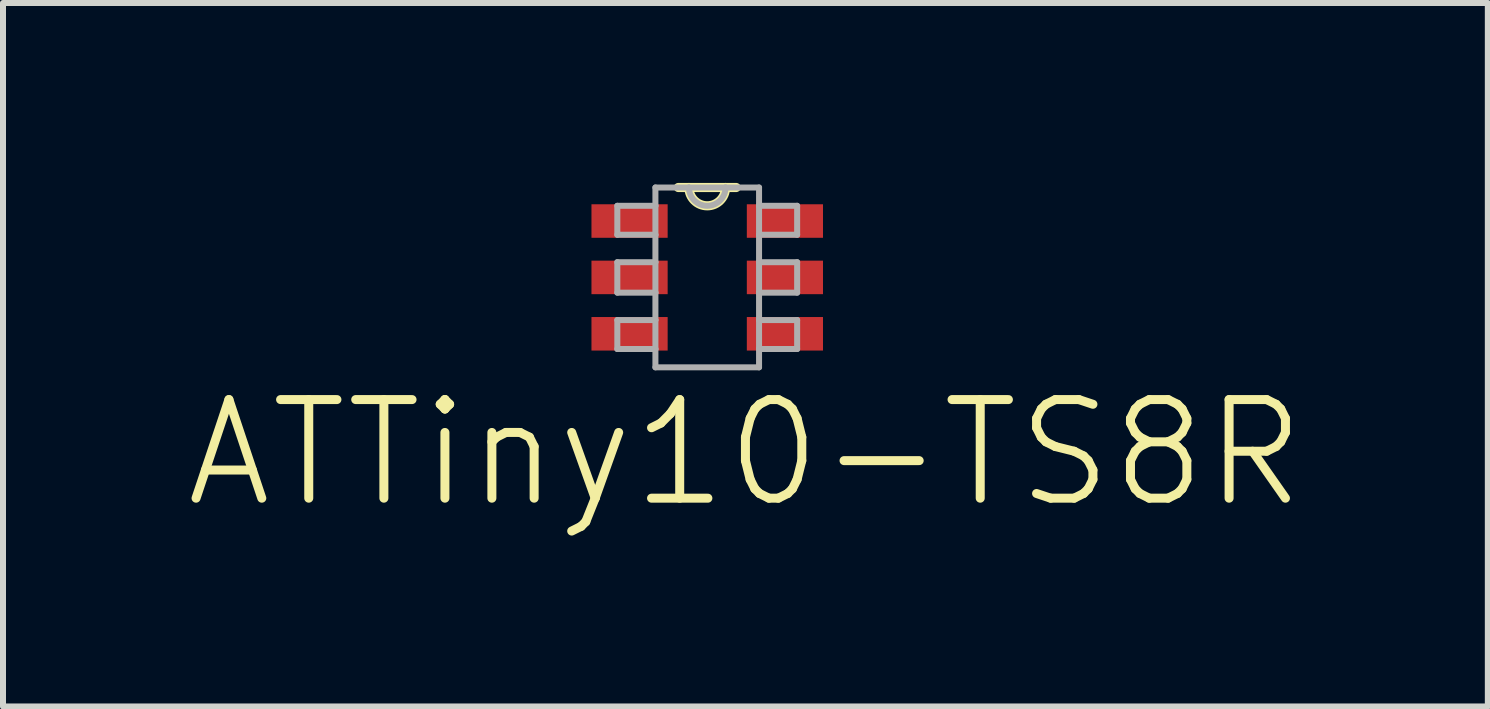
<source format=kicad_pcb>
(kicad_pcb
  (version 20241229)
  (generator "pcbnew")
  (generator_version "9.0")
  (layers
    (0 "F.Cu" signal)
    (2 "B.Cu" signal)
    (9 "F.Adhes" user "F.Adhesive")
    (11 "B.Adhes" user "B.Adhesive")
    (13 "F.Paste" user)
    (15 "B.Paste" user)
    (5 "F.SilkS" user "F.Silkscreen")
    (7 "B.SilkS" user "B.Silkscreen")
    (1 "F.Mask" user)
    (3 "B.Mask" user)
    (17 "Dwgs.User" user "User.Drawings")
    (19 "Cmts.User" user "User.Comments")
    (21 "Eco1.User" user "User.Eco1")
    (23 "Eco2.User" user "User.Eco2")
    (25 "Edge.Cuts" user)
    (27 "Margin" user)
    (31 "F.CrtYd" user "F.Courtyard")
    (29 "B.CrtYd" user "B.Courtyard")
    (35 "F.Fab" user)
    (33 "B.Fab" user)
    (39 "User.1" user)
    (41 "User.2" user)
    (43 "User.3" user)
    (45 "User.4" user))
  (footprint "ATTiny10-TS8R"
    (layer "F.Cu")
    (at 8.741 1.575)
    (property "Reference" "ATTiny10-TS8R" (at 0.637 2.928 0) (layer "F.SilkS") (effects (font (size 1.644 1.644) (thickness 0.15))))
    (attr through_hole)
    (fp_line (start -0.305 -1.499) (end -0.483 -1.499) (stroke (width 0.152) (type solid)) (layer "F.SilkS"))
    (fp_line (start 0.305 -1.499) (end -0.305 -1.499) (stroke (width 0.152) (type solid)) (layer "F.SilkS"))
    (fp_line (start 0.483 -1.499) (end 0.305 -1.499) (stroke (width 0.152) (type solid)) (layer "F.SilkS"))
    (fp_arc (start 0.3048 -1.4986) (mid 0 -1.1938) (end -0.3048 -1.4986) (stroke (width 0.1524) (type solid)) (layer "F.SilkS"))
    (fp_line (start -1.499 -1.194) (end -1.499 -0.711) (stroke (width 0.1) (type solid)) (layer "F.Fab"))
    (fp_line (start -1.499 -0.711) (end -0.864 -0.711) (stroke (width 0.1) (type solid)) (layer "F.Fab"))
    (fp_line (start -1.499 -0.254) (end -1.499 0.254) (stroke (width 0.1) (type solid)) (layer "F.Fab"))
    (fp_line (start -1.499 0.254) (end -0.864 0.254) (stroke (width 0.1) (type solid)) (layer "F.Fab"))
    (fp_line (start -1.499 0.711) (end -1.499 1.194) (stroke (width 0.1) (type solid)) (layer "F.Fab"))
    (fp_line (start -1.499 1.194) (end -0.864 1.194) (stroke (width 0.1) (type solid)) (layer "F.Fab"))
    (fp_line (start -0.864 -1.499) (end -0.864 -1.194) (stroke (width 0.1) (type solid)) (layer "F.Fab"))
    (fp_line (start -0.864 -1.194) (end -1.499 -1.194) (stroke (width 0.1) (type solid)) (layer "F.Fab"))
    (fp_line (start -0.864 -1.194) (end -0.864 -0.711) (stroke (width 0.1) (type solid)) (layer "F.Fab"))
    (fp_line (start -0.864 -0.711) (end -0.864 -0.254) (stroke (width 0.1) (type solid)) (layer "F.Fab"))
    (fp_line (start -0.864 -0.254) (end -1.499 -0.254) (stroke (width 0.1) (type solid)) (layer "F.Fab"))
    (fp_line (start -0.864 -0.254) (end -0.864 0.254) (stroke (width 0.1) (type solid)) (layer "F.Fab"))
    (fp_line (start -0.864 0.254) (end -0.864 0.711) (stroke (width 0.1) (type solid)) (layer "F.Fab"))
    (fp_line (start -0.864 0.711) (end -1.499 0.711) (stroke (width 0.1) (type solid)) (layer "F.Fab"))
    (fp_line (start -0.864 1.194) (end -0.864 0.711) (stroke (width 0.1) (type solid)) (layer "F.Fab"))
    (fp_line (start -0.864 1.499) (end -0.864 1.194) (stroke (width 0.1) (type solid)) (layer "F.Fab"))
    (fp_line (start -0.864 1.499) (end 0.864 1.499) (stroke (width 0.1) (type solid)) (layer "F.Fab"))
    (fp_line (start -0.305 -1.499) (end -0.864 -1.499) (stroke (width 0.1) (type solid)) (layer "F.Fab"))
    (fp_line (start 0.305 -1.499) (end -0.305 -1.499) (stroke (width 0.1) (type solid)) (layer "F.Fab"))
    (fp_line (start 0.864 -1.499) (end 0.305 -1.499) (stroke (width 0.1) (type solid)) (layer "F.Fab"))
    (fp_line (start 0.864 -1.499) (end 0.864 -1.194) (stroke (width 0.1) (type solid)) (layer "F.Fab"))
    (fp_line (start 0.864 -1.194) (end 0.864 -0.711) (stroke (width 0.1) (type solid)) (layer "F.Fab"))
    (fp_line (start 0.864 -0.711) (end 1.499 -0.711) (stroke (width 0.1) (type solid)) (layer "F.Fab"))
    (fp_line (start 0.864 -0.254) (end 0.864 -0.711) (stroke (width 0.1) (type solid)) (layer "F.Fab"))
    (fp_line (start 0.864 0.254) (end 0.864 -0.254) (stroke (width 0.1) (type solid)) (layer "F.Fab"))
    (fp_line (start 0.864 0.254) (end 1.499 0.254) (stroke (width 0.1) (type solid)) (layer "F.Fab"))
    (fp_line (start 0.864 0.711) (end 0.864 0.254) (stroke (width 0.1) (type solid)) (layer "F.Fab"))
    (fp_line (start 0.864 1.194) (end 0.864 0.711) (stroke (width 0.1) (type solid)) (layer "F.Fab"))
    (fp_line (start 0.864 1.194) (end 1.499 1.194) (stroke (width 0.1) (type solid)) (layer "F.Fab"))
    (fp_line (start 0.864 1.499) (end 0.864 1.194) (stroke (width 0.1) (type solid)) (layer "F.Fab"))
    (fp_line (start 1.499 -1.194) (end 0.864 -1.194) (stroke (width 0.1) (type solid)) (layer "F.Fab"))
    (fp_line (start 1.499 -0.711) (end 1.499 -1.194) (stroke (width 0.1) (type solid)) (layer "F.Fab"))
    (fp_line (start 1.499 -0.254) (end 0.864 -0.254) (stroke (width 0.1) (type solid)) (layer "F.Fab"))
    (fp_line (start 1.499 0.254) (end 1.499 -0.254) (stroke (width 0.1) (type solid)) (layer "F.Fab"))
    (fp_line (start 1.499 0.711) (end 0.864 0.711) (stroke (width 0.1) (type solid)) (layer "F.Fab"))
    (fp_line (start 1.499 1.194) (end 1.499 0.711) (stroke (width 0.1) (type solid)) (layer "F.Fab"))
    (fp_arc (start 0.3048 -1.4986) (mid 0 -1.1938) (end -0.3048 -1.4986) (stroke (width 0.1) (type solid)) (layer "F.Fab"))
    (pad "1" smd rect (at -1.295 -0.94) (size 1.27 0.559) (layers "F.Cu" "F.Mask" "F.Paste"))
    (pad "2" smd rect (at -1.295 0) (size 1.27 0.559) (layers "F.Cu" "F.Mask" "F.Paste"))
    (pad "3" smd rect (at -1.295 0.94) (size 1.27 0.559) (layers "F.Cu" "F.Mask" "F.Paste"))
    (pad "4" smd rect (at 1.295 0.94) (size 1.27 0.559) (layers "F.Cu" "F.Mask" "F.Paste"))
    (pad "5" smd rect (at 1.295 0) (size 1.27 0.559) (layers "F.Cu" "F.Mask" "F.Paste"))
    (pad "6" smd rect (at 1.295 -0.94) (size 1.27 0.559) (layers "F.Cu" "F.Mask" "F.Paste")))
  (gr_rect
    (start -3 -3)
    (end 21.755 8.728)
    (stroke (width 0.1) (type default))
    (fill no)
    (layer "Edge.Cuts")))
</source>
